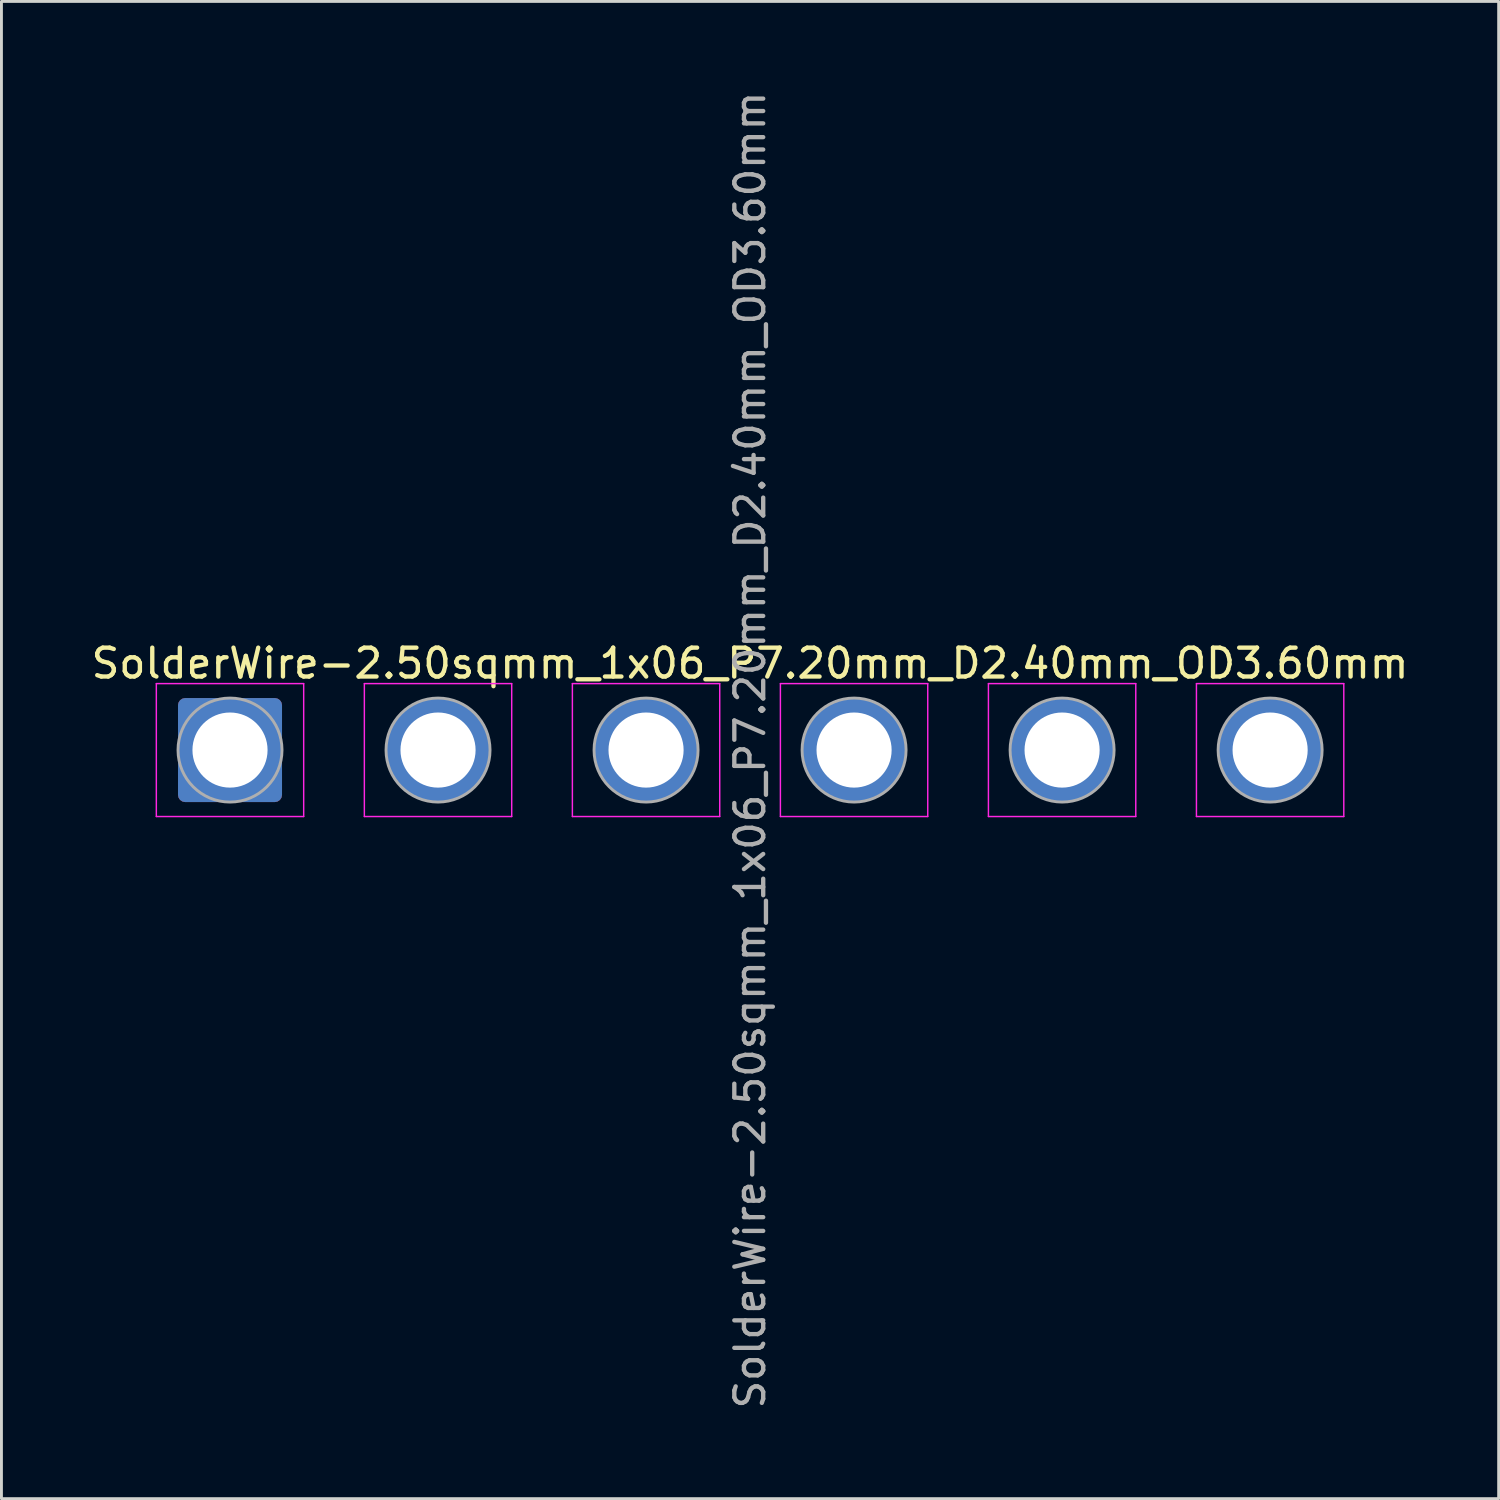
<source format=kicad_pcb>
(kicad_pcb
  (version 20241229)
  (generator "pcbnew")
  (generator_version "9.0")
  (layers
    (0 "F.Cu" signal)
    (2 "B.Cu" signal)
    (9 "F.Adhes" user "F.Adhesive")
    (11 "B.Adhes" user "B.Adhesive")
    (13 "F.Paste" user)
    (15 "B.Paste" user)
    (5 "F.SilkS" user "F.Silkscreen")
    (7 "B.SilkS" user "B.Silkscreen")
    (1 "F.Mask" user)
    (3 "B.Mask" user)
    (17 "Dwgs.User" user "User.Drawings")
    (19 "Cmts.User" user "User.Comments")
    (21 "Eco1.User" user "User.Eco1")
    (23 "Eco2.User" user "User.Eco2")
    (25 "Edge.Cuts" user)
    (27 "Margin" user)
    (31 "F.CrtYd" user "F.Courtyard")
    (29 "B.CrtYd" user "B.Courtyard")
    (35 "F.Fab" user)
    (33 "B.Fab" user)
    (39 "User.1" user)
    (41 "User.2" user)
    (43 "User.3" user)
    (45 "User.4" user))
  (footprint "SolderWire-2.50sqmm_1x06_P7.20mm_D2.40mm_OD3.60mm"
    (layer "F.Cu")
    (at 4.911 22.911)
    (property "Reference" "SolderWire-2.50sqmm_1x06_P7.20mm_D2.40mm_OD3.60mm" (at 18 -3 0) (layer "F.SilkS") (effects (font (size 1 1) (thickness 0.15))))
    (attr exclude_from_pos_files exclude_from_bom)
    (fp_line (start -2.55 -2.3) (end -2.55 2.3) (stroke (width 0.05) (type solid)) (layer "F.CrtYd"))
    (fp_line (start -2.55 2.3) (end 2.55 2.3) (stroke (width 0.05) (type solid)) (layer "F.CrtYd"))
    (fp_line (start 2.55 -2.3) (end -2.55 -2.3) (stroke (width 0.05) (type solid)) (layer "F.CrtYd"))
    (fp_line (start 2.55 2.3) (end 2.55 -2.3) (stroke (width 0.05) (type solid)) (layer "F.CrtYd"))
    (fp_line (start 4.65 -2.3) (end 4.65 2.3) (stroke (width 0.05) (type solid)) (layer "F.CrtYd"))
    (fp_line (start 4.65 2.3) (end 9.75 2.3) (stroke (width 0.05) (type solid)) (layer "F.CrtYd"))
    (fp_line (start 9.75 -2.3) (end 4.65 -2.3) (stroke (width 0.05) (type solid)) (layer "F.CrtYd"))
    (fp_line (start 9.75 2.3) (end 9.75 -2.3) (stroke (width 0.05) (type solid)) (layer "F.CrtYd"))
    (fp_line (start 11.85 -2.3) (end 11.85 2.3) (stroke (width 0.05) (type solid)) (layer "F.CrtYd"))
    (fp_line (start 11.85 2.3) (end 16.95 2.3) (stroke (width 0.05) (type solid)) (layer "F.CrtYd"))
    (fp_line (start 16.95 -2.3) (end 11.85 -2.3) (stroke (width 0.05) (type solid)) (layer "F.CrtYd"))
    (fp_line (start 16.95 2.3) (end 16.95 -2.3) (stroke (width 0.05) (type solid)) (layer "F.CrtYd"))
    (fp_line (start 19.05 -2.3) (end 19.05 2.3) (stroke (width 0.05) (type solid)) (layer "F.CrtYd"))
    (fp_line (start 19.05 2.3) (end 24.15 2.3) (stroke (width 0.05) (type solid)) (layer "F.CrtYd"))
    (fp_line (start 24.15 -2.3) (end 19.05 -2.3) (stroke (width 0.05) (type solid)) (layer "F.CrtYd"))
    (fp_line (start 24.15 2.3) (end 24.15 -2.3) (stroke (width 0.05) (type solid)) (layer "F.CrtYd"))
    (fp_line (start 26.25 -2.3) (end 26.25 2.3) (stroke (width 0.05) (type solid)) (layer "F.CrtYd"))
    (fp_line (start 26.25 2.3) (end 31.35 2.3) (stroke (width 0.05) (type solid)) (layer "F.CrtYd"))
    (fp_line (start 31.35 -2.3) (end 26.25 -2.3) (stroke (width 0.05) (type solid)) (layer "F.CrtYd"))
    (fp_line (start 31.35 2.3) (end 31.35 -2.3) (stroke (width 0.05) (type solid)) (layer "F.CrtYd"))
    (fp_line (start 33.45 -2.3) (end 33.45 2.3) (stroke (width 0.05) (type solid)) (layer "F.CrtYd"))
    (fp_line (start 33.45 2.3) (end 38.55 2.3) (stroke (width 0.05) (type solid)) (layer "F.CrtYd"))
    (fp_line (start 38.55 -2.3) (end 33.45 -2.3) (stroke (width 0.05) (type solid)) (layer "F.CrtYd"))
    (fp_line (start 38.55 2.3) (end 38.55 -2.3) (stroke (width 0.05) (type solid)) (layer "F.CrtYd"))
    (fp_circle (center 0 0) (end 1.8 0) (stroke (width 0.1) (type solid)) (fill no) (layer "F.Fab"))
    (fp_circle (center 7.2 0) (end 9 0) (stroke (width 0.1) (type solid)) (fill no) (layer "F.Fab"))
    (fp_circle (center 14.4 0) (end 16.2 0) (stroke (width 0.1) (type solid)) (fill no) (layer "F.Fab"))
    (fp_circle (center 21.6 0) (end 23.4 0) (stroke (width 0.1) (type solid)) (fill no) (layer "F.Fab"))
    (fp_circle (center 28.8 0) (end 30.6 0) (stroke (width 0.1) (type solid)) (fill no) (layer "F.Fab"))
    (fp_circle (center 36 0) (end 37.8 0) (stroke (width 0.1) (type solid)) (fill no) (layer "F.Fab"))
    (fp_text user "${REFERENCE}" (at 18 0 90) (layer "F.Fab") (effects (font (size 1 1) (thickness 0.15))))
    (pad "1" thru_hole roundrect (at 0 0) (size 3.6 3.6) (drill 2.6) (layers "*.Cu" "*.Mask") (roundrect_rratio 0.069))
    (pad "2" thru_hole circle (at 7.2 0) (size 3.6 3.6) (drill 2.6) (layers "*.Cu" "*.Mask"))
    (pad "3" thru_hole circle (at 14.4 0) (size 3.6 3.6) (drill 2.6) (layers "*.Cu" "*.Mask"))
    (pad "4" thru_hole circle (at 21.6 0) (size 3.6 3.6) (drill 2.6) (layers "*.Cu" "*.Mask"))
    (pad "5" thru_hole circle (at 28.8 0) (size 3.6 3.6) (drill 2.6) (layers "*.Cu" "*.Mask"))
    (pad "6" thru_hole circle (at 36 0) (size 3.6 3.6) (drill 2.6) (layers "*.Cu" "*.Mask")))
  (gr_rect
    (start -3 -3)
    (end 48.821 48.821)
    (stroke (width 0.1) (type default))
    (fill no)
    (layer "Edge.Cuts")))
</source>
